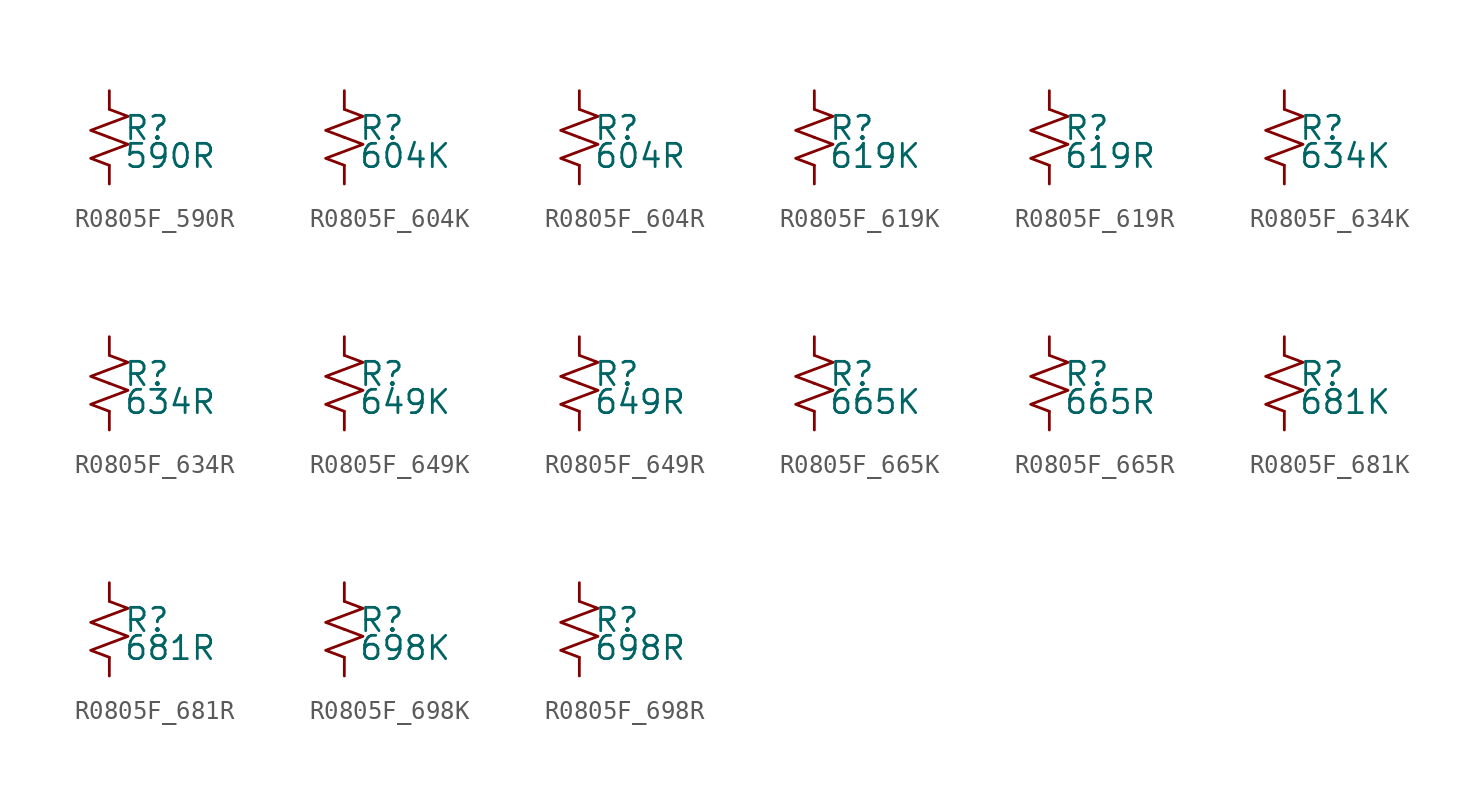
<source format=kicad_sym>
(kicad_symbol_lib
  (version 20220914)
  (generator kicad_symbol_editor)
  (symbol "R0805F_590R"
    (pin_numbers hide)
    (pin_names
      (offset 0.254) hide)
    (property "Reference" "R"
      (at 0.762 0.508 0)
      (effects (font (size 1.27 1.27)) (justify left)))
    (property "Value" "590R"
      (at 0.762 -1.016 0)
      (effects (font (size 1.27 1.27)) (justify left)))
    (symbol "R0805F_590R_1_1"
      (polyline (pts (xy 0 0) (xy 1.016 -0.381) (xy 0 -0.762) (xy -1.016 -1.143) (xy 0 -1.524)) (stroke (width 0) (type default)) (fill (type none)))
      (polyline (pts (xy 0 1.524) (xy 1.016 1.143) (xy 0 0.762) (xy -1.016 0.381) (xy 0 0)) (stroke (width 0) (type default)) (fill (type none)))
      (pin passive line (at 0 2.54 270) (length 1.016) (name "~" (effects (font (size 1.27 1.27)))) (number "1" (effects (font (size 1.27 1.27)))))
      (pin passive line (at 0 -2.54 90) (length 1.016) (name "~" (effects (font (size 1.27 1.27)))) (number "2" (effects (font (size 1.27 1.27)))))))
  (symbol "R0805F_604K"
    (pin_numbers hide)
    (pin_names
      (offset 0.254) hide)
    (property "Reference" "R"
      (at 0.762 0.508 0)
      (effects (font (size 1.27 1.27)) (justify left)))
    (property "Value" "604K"
      (at 0.762 -1.016 0)
      (effects (font (size 1.27 1.27)) (justify left)))
    (symbol "R0805F_604K_1_1"
      (polyline (pts (xy 0 0) (xy 1.016 -0.381) (xy 0 -0.762) (xy -1.016 -1.143) (xy 0 -1.524)) (stroke (width 0) (type default)) (fill (type none)))
      (polyline (pts (xy 0 1.524) (xy 1.016 1.143) (xy 0 0.762) (xy -1.016 0.381) (xy 0 0)) (stroke (width 0) (type default)) (fill (type none)))
      (pin passive line (at 0 2.54 270) (length 1.016) (name "~" (effects (font (size 1.27 1.27)))) (number "1" (effects (font (size 1.27 1.27)))))
      (pin passive line (at 0 -2.54 90) (length 1.016) (name "~" (effects (font (size 1.27 1.27)))) (number "2" (effects (font (size 1.27 1.27)))))))
  (symbol "R0805F_604R"
    (pin_numbers hide)
    (pin_names
      (offset 0.254) hide)
    (property "Reference" "R"
      (at 0.762 0.508 0)
      (effects (font (size 1.27 1.27)) (justify left)))
    (property "Value" "604R"
      (at 0.762 -1.016 0)
      (effects (font (size 1.27 1.27)) (justify left)))
    (symbol "R0805F_604R_1_1"
      (polyline (pts (xy 0 0) (xy 1.016 -0.381) (xy 0 -0.762) (xy -1.016 -1.143) (xy 0 -1.524)) (stroke (width 0) (type default)) (fill (type none)))
      (polyline (pts (xy 0 1.524) (xy 1.016 1.143) (xy 0 0.762) (xy -1.016 0.381) (xy 0 0)) (stroke (width 0) (type default)) (fill (type none)))
      (pin passive line (at 0 2.54 270) (length 1.016) (name "~" (effects (font (size 1.27 1.27)))) (number "1" (effects (font (size 1.27 1.27)))))
      (pin passive line (at 0 -2.54 90) (length 1.016) (name "~" (effects (font (size 1.27 1.27)))) (number "2" (effects (font (size 1.27 1.27)))))))
  (symbol "R0805F_619K"
    (pin_numbers hide)
    (pin_names
      (offset 0.254) hide)
    (property "Reference" "R"
      (at 0.762 0.508 0)
      (effects (font (size 1.27 1.27)) (justify left)))
    (property "Value" "619K"
      (at 0.762 -1.016 0)
      (effects (font (size 1.27 1.27)) (justify left)))
    (symbol "R0805F_619K_1_1"
      (polyline (pts (xy 0 0) (xy 1.016 -0.381) (xy 0 -0.762) (xy -1.016 -1.143) (xy 0 -1.524)) (stroke (width 0) (type default)) (fill (type none)))
      (polyline (pts (xy 0 1.524) (xy 1.016 1.143) (xy 0 0.762) (xy -1.016 0.381) (xy 0 0)) (stroke (width 0) (type default)) (fill (type none)))
      (pin passive line (at 0 2.54 270) (length 1.016) (name "~" (effects (font (size 1.27 1.27)))) (number "1" (effects (font (size 1.27 1.27)))))
      (pin passive line (at 0 -2.54 90) (length 1.016) (name "~" (effects (font (size 1.27 1.27)))) (number "2" (effects (font (size 1.27 1.27)))))))
  (symbol "R0805F_619R"
    (pin_numbers hide)
    (pin_names
      (offset 0.254) hide)
    (property "Reference" "R"
      (at 0.762 0.508 0)
      (effects (font (size 1.27 1.27)) (justify left)))
    (property "Value" "619R"
      (at 0.762 -1.016 0)
      (effects (font (size 1.27 1.27)) (justify left)))
    (symbol "R0805F_619R_1_1"
      (polyline (pts (xy 0 0) (xy 1.016 -0.381) (xy 0 -0.762) (xy -1.016 -1.143) (xy 0 -1.524)) (stroke (width 0) (type default)) (fill (type none)))
      (polyline (pts (xy 0 1.524) (xy 1.016 1.143) (xy 0 0.762) (xy -1.016 0.381) (xy 0 0)) (stroke (width 0) (type default)) (fill (type none)))
      (pin passive line (at 0 2.54 270) (length 1.016) (name "~" (effects (font (size 1.27 1.27)))) (number "1" (effects (font (size 1.27 1.27)))))
      (pin passive line (at 0 -2.54 90) (length 1.016) (name "~" (effects (font (size 1.27 1.27)))) (number "2" (effects (font (size 1.27 1.27)))))))
  (symbol "R0805F_634K"
    (pin_numbers hide)
    (pin_names
      (offset 0.254) hide)
    (property "Reference" "R"
      (at 0.762 0.508 0)
      (effects (font (size 1.27 1.27)) (justify left)))
    (property "Value" "634K"
      (at 0.762 -1.016 0)
      (effects (font (size 1.27 1.27)) (justify left)))
    (symbol "R0805F_634K_1_1"
      (polyline (pts (xy 0 0) (xy 1.016 -0.381) (xy 0 -0.762) (xy -1.016 -1.143) (xy 0 -1.524)) (stroke (width 0) (type default)) (fill (type none)))
      (polyline (pts (xy 0 1.524) (xy 1.016 1.143) (xy 0 0.762) (xy -1.016 0.381) (xy 0 0)) (stroke (width 0) (type default)) (fill (type none)))
      (pin passive line (at 0 2.54 270) (length 1.016) (name "~" (effects (font (size 1.27 1.27)))) (number "1" (effects (font (size 1.27 1.27)))))
      (pin passive line (at 0 -2.54 90) (length 1.016) (name "~" (effects (font (size 1.27 1.27)))) (number "2" (effects (font (size 1.27 1.27)))))))
  (symbol "R0805F_634R"
    (pin_numbers hide)
    (pin_names
      (offset 0.254) hide)
    (property "Reference" "R"
      (at 0.762 0.508 0)
      (effects (font (size 1.27 1.27)) (justify left)))
    (property "Value" "634R"
      (at 0.762 -1.016 0)
      (effects (font (size 1.27 1.27)) (justify left)))
    (symbol "R0805F_634R_1_1"
      (polyline (pts (xy 0 0) (xy 1.016 -0.381) (xy 0 -0.762) (xy -1.016 -1.143) (xy 0 -1.524)) (stroke (width 0) (type default)) (fill (type none)))
      (polyline (pts (xy 0 1.524) (xy 1.016 1.143) (xy 0 0.762) (xy -1.016 0.381) (xy 0 0)) (stroke (width 0) (type default)) (fill (type none)))
      (pin passive line (at 0 2.54 270) (length 1.016) (name "~" (effects (font (size 1.27 1.27)))) (number "1" (effects (font (size 1.27 1.27)))))
      (pin passive line (at 0 -2.54 90) (length 1.016) (name "~" (effects (font (size 1.27 1.27)))) (number "2" (effects (font (size 1.27 1.27)))))))
  (symbol "R0805F_649K"
    (pin_numbers hide)
    (pin_names
      (offset 0.254) hide)
    (property "Reference" "R"
      (at 0.762 0.508 0)
      (effects (font (size 1.27 1.27)) (justify left)))
    (property "Value" "649K"
      (at 0.762 -1.016 0)
      (effects (font (size 1.27 1.27)) (justify left)))
    (symbol "R0805F_649K_1_1"
      (polyline (pts (xy 0 0) (xy 1.016 -0.381) (xy 0 -0.762) (xy -1.016 -1.143) (xy 0 -1.524)) (stroke (width 0) (type default)) (fill (type none)))
      (polyline (pts (xy 0 1.524) (xy 1.016 1.143) (xy 0 0.762) (xy -1.016 0.381) (xy 0 0)) (stroke (width 0) (type default)) (fill (type none)))
      (pin passive line (at 0 2.54 270) (length 1.016) (name "~" (effects (font (size 1.27 1.27)))) (number "1" (effects (font (size 1.27 1.27)))))
      (pin passive line (at 0 -2.54 90) (length 1.016) (name "~" (effects (font (size 1.27 1.27)))) (number "2" (effects (font (size 1.27 1.27)))))))
  (symbol "R0805F_649R"
    (pin_numbers hide)
    (pin_names
      (offset 0.254) hide)
    (property "Reference" "R"
      (at 0.762 0.508 0)
      (effects (font (size 1.27 1.27)) (justify left)))
    (property "Value" "649R"
      (at 0.762 -1.016 0)
      (effects (font (size 1.27 1.27)) (justify left)))
    (symbol "R0805F_649R_1_1"
      (polyline (pts (xy 0 0) (xy 1.016 -0.381) (xy 0 -0.762) (xy -1.016 -1.143) (xy 0 -1.524)) (stroke (width 0) (type default)) (fill (type none)))
      (polyline (pts (xy 0 1.524) (xy 1.016 1.143) (xy 0 0.762) (xy -1.016 0.381) (xy 0 0)) (stroke (width 0) (type default)) (fill (type none)))
      (pin passive line (at 0 2.54 270) (length 1.016) (name "~" (effects (font (size 1.27 1.27)))) (number "1" (effects (font (size 1.27 1.27)))))
      (pin passive line (at 0 -2.54 90) (length 1.016) (name "~" (effects (font (size 1.27 1.27)))) (number "2" (effects (font (size 1.27 1.27)))))))
  (symbol "R0805F_665K"
    (pin_numbers hide)
    (pin_names
      (offset 0.254) hide)
    (property "Reference" "R"
      (at 0.762 0.508 0)
      (effects (font (size 1.27 1.27)) (justify left)))
    (property "Value" "665K"
      (at 0.762 -1.016 0)
      (effects (font (size 1.27 1.27)) (justify left)))
    (symbol "R0805F_665K_1_1"
      (polyline (pts (xy 0 0) (xy 1.016 -0.381) (xy 0 -0.762) (xy -1.016 -1.143) (xy 0 -1.524)) (stroke (width 0) (type default)) (fill (type none)))
      (polyline (pts (xy 0 1.524) (xy 1.016 1.143) (xy 0 0.762) (xy -1.016 0.381) (xy 0 0)) (stroke (width 0) (type default)) (fill (type none)))
      (pin passive line (at 0 2.54 270) (length 1.016) (name "~" (effects (font (size 1.27 1.27)))) (number "1" (effects (font (size 1.27 1.27)))))
      (pin passive line (at 0 -2.54 90) (length 1.016) (name "~" (effects (font (size 1.27 1.27)))) (number "2" (effects (font (size 1.27 1.27)))))))
  (symbol "R0805F_665R"
    (pin_numbers hide)
    (pin_names
      (offset 0.254) hide)
    (property "Reference" "R"
      (at 0.762 0.508 0)
      (effects (font (size 1.27 1.27)) (justify left)))
    (property "Value" "665R"
      (at 0.762 -1.016 0)
      (effects (font (size 1.27 1.27)) (justify left)))
    (symbol "R0805F_665R_1_1"
      (polyline (pts (xy 0 0) (xy 1.016 -0.381) (xy 0 -0.762) (xy -1.016 -1.143) (xy 0 -1.524)) (stroke (width 0) (type default)) (fill (type none)))
      (polyline (pts (xy 0 1.524) (xy 1.016 1.143) (xy 0 0.762) (xy -1.016 0.381) (xy 0 0)) (stroke (width 0) (type default)) (fill (type none)))
      (pin passive line (at 0 2.54 270) (length 1.016) (name "~" (effects (font (size 1.27 1.27)))) (number "1" (effects (font (size 1.27 1.27)))))
      (pin passive line (at 0 -2.54 90) (length 1.016) (name "~" (effects (font (size 1.27 1.27)))) (number "2" (effects (font (size 1.27 1.27)))))))
  (symbol "R0805F_681K"
    (pin_numbers hide)
    (pin_names
      (offset 0.254) hide)
    (property "Reference" "R"
      (at 0.762 0.508 0)
      (effects (font (size 1.27 1.27)) (justify left)))
    (property "Value" "681K"
      (at 0.762 -1.016 0)
      (effects (font (size 1.27 1.27)) (justify left)))
    (symbol "R0805F_681K_1_1"
      (polyline (pts (xy 0 0) (xy 1.016 -0.381) (xy 0 -0.762) (xy -1.016 -1.143) (xy 0 -1.524)) (stroke (width 0) (type default)) (fill (type none)))
      (polyline (pts (xy 0 1.524) (xy 1.016 1.143) (xy 0 0.762) (xy -1.016 0.381) (xy 0 0)) (stroke (width 0) (type default)) (fill (type none)))
      (pin passive line (at 0 2.54 270) (length 1.016) (name "~" (effects (font (size 1.27 1.27)))) (number "1" (effects (font (size 1.27 1.27)))))
      (pin passive line (at 0 -2.54 90) (length 1.016) (name "~" (effects (font (size 1.27 1.27)))) (number "2" (effects (font (size 1.27 1.27)))))))
  (symbol "R0805F_681R"
    (pin_numbers hide)
    (pin_names
      (offset 0.254) hide)
    (property "Reference" "R"
      (at 0.762 0.508 0)
      (effects (font (size 1.27 1.27)) (justify left)))
    (property "Value" "681R"
      (at 0.762 -1.016 0)
      (effects (font (size 1.27 1.27)) (justify left)))
    (symbol "R0805F_681R_1_1"
      (polyline (pts (xy 0 0) (xy 1.016 -0.381) (xy 0 -0.762) (xy -1.016 -1.143) (xy 0 -1.524)) (stroke (width 0) (type default)) (fill (type none)))
      (polyline (pts (xy 0 1.524) (xy 1.016 1.143) (xy 0 0.762) (xy -1.016 0.381) (xy 0 0)) (stroke (width 0) (type default)) (fill (type none)))
      (pin passive line (at 0 2.54 270) (length 1.016) (name "~" (effects (font (size 1.27 1.27)))) (number "1" (effects (font (size 1.27 1.27)))))
      (pin passive line (at 0 -2.54 90) (length 1.016) (name "~" (effects (font (size 1.27 1.27)))) (number "2" (effects (font (size 1.27 1.27)))))))
  (symbol "R0805F_698K"
    (pin_numbers hide)
    (pin_names
      (offset 0.254) hide)
    (property "Reference" "R"
      (at 0.762 0.508 0)
      (effects (font (size 1.27 1.27)) (justify left)))
    (property "Value" "698K"
      (at 0.762 -1.016 0)
      (effects (font (size 1.27 1.27)) (justify left)))
    (symbol "R0805F_698K_1_1"
      (polyline (pts (xy 0 0) (xy 1.016 -0.381) (xy 0 -0.762) (xy -1.016 -1.143) (xy 0 -1.524)) (stroke (width 0) (type default)) (fill (type none)))
      (polyline (pts (xy 0 1.524) (xy 1.016 1.143) (xy 0 0.762) (xy -1.016 0.381) (xy 0 0)) (stroke (width 0) (type default)) (fill (type none)))
      (pin passive line (at 0 2.54 270) (length 1.016) (name "~" (effects (font (size 1.27 1.27)))) (number "1" (effects (font (size 1.27 1.27)))))
      (pin passive line (at 0 -2.54 90) (length 1.016) (name "~" (effects (font (size 1.27 1.27)))) (number "2" (effects (font (size 1.27 1.27)))))))
  (symbol "R0805F_698R"
    (pin_numbers hide)
    (pin_names
      (offset 0.254) hide)
    (property "Reference" "R"
      (at 0.762 0.508 0)
      (effects (font (size 1.27 1.27)) (justify left)))
    (property "Value" "698R"
      (at 0.762 -1.016 0)
      (effects (font (size 1.27 1.27)) (justify left)))
    (symbol "R0805F_698R_1_1"
      (polyline (pts (xy 0 0) (xy 1.016 -0.381) (xy 0 -0.762) (xy -1.016 -1.143) (xy 0 -1.524)) (stroke (width 0) (type default)) (fill (type none)))
      (polyline (pts (xy 0 1.524) (xy 1.016 1.143) (xy 0 0.762) (xy -1.016 0.381) (xy 0 0)) (stroke (width 0) (type default)) (fill (type none)))
      (pin passive line (at 0 2.54 270) (length 1.016) (name "~" (effects (font (size 1.27 1.27)))) (number "1" (effects (font (size 1.27 1.27)))))
      (pin passive line (at 0 -2.54 90) (length 1.016) (name "~" (effects (font (size 1.27 1.27)))) (number "2" (effects (font (size 1.27 1.27))))))))
</source>
